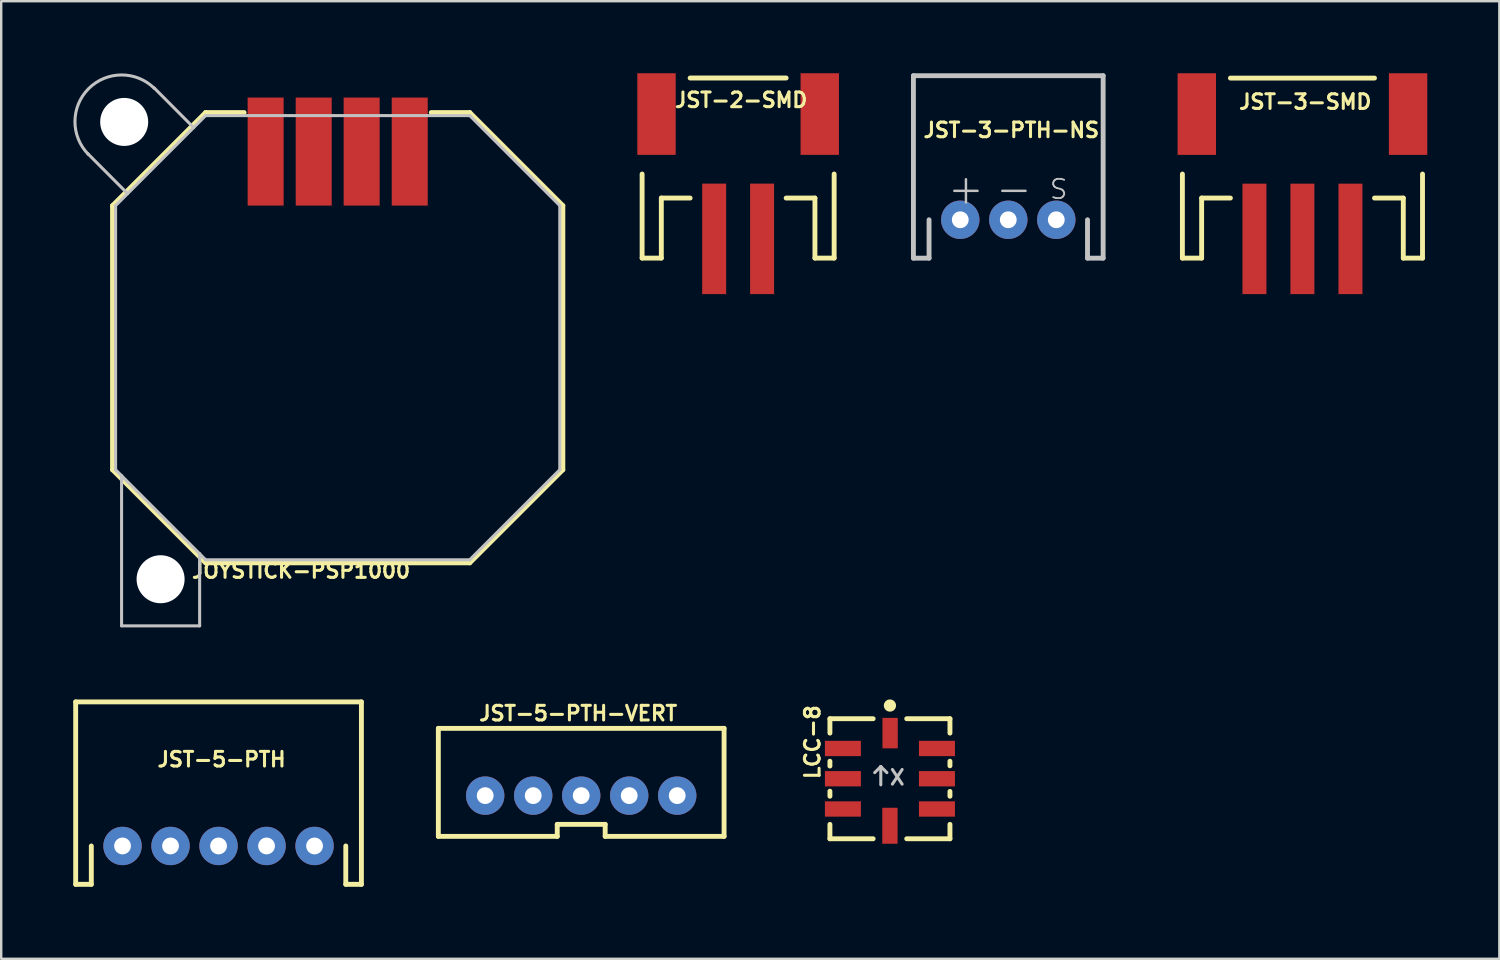
<source format=kicad_pcb>
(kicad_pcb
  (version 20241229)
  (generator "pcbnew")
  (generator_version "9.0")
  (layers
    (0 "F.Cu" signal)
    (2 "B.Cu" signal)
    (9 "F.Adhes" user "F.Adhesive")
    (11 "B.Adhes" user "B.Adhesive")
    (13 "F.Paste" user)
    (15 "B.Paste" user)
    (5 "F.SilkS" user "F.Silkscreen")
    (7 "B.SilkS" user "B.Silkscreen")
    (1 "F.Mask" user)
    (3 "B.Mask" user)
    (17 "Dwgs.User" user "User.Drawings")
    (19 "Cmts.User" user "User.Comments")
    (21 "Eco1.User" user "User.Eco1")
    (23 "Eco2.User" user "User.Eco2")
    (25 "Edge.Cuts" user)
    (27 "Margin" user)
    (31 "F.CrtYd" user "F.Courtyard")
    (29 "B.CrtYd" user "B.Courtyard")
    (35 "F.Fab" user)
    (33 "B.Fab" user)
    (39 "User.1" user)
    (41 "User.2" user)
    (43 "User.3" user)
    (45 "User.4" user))
  (footprint "JOYSTICK-PSP1000"
    (layer "F.Cu")
    (at 11.011 11.011)
    (property "Reference" "JOYSTICK-PSP1000" (at -1.524 9.703 180) (layer "F.SilkS") (effects (font (size 0.61 0.61) (thickness 0.127))))
    (attr smd)
    (fp_line (start -9.375 5.499) (end -9.375 -5.499) (stroke (width 0.203) (type solid)) (layer "F.SilkS"))
    (fp_line (start -9.375 5.499) (end -5.499 9.375) (stroke (width 0.203) (type solid)) (layer "F.SilkS"))
    (fp_line (start -5.499 -9.375) (end -9.375 -5.499) (stroke (width 0.203) (type solid)) (layer "F.SilkS"))
    (fp_line (start -5.499 -9.375) (end -3.896 -9.375) (stroke (width 0.203) (type solid)) (layer "F.SilkS"))
    (fp_line (start -5.499 9.375) (end 5.499 9.375) (stroke (width 0.203) (type solid)) (layer "F.SilkS"))
    (fp_line (start 3.896 -9.375) (end 5.499 -9.375) (stroke (width 0.203) (type solid)) (layer "F.SilkS"))
    (fp_line (start 5.499 -9.375) (end 9.375 -5.499) (stroke (width 0.203) (type solid)) (layer "F.SilkS"))
    (fp_line (start 9.375 5.499) (end 5.499 9.375) (stroke (width 0.203) (type solid)) (layer "F.SilkS"))
    (fp_line (start 9.375 5.499) (end 9.375 -5.499) (stroke (width 0.203) (type solid)) (layer "F.SilkS"))
    (fp_line (start -10.399 -7.656) (end -8.748 -5.999) (stroke (width 0.127) (type solid)) (layer "Dwgs.User"))
    (fp_line (start -9.248 5.499) (end -9.248 -5.499) (stroke (width 0.127) (type solid)) (layer "Dwgs.User"))
    (fp_line (start -9.248 5.499) (end -8.999 5.748) (stroke (width 0.127) (type solid)) (layer "Dwgs.User"))
    (fp_line (start -8.999 5.748) (end -8.999 11.999) (stroke (width 0.127) (type solid)) (layer "Dwgs.User"))
    (fp_line (start -8.999 5.748) (end -5.748 8.999) (stroke (width 0.127) (type solid)) (layer "Dwgs.User"))
    (fp_line (start -8.999 11.999) (end -5.748 11.999) (stroke (width 0.127) (type solid)) (layer "Dwgs.User"))
    (fp_line (start -8.748 -5.999) (end -9.248 -5.499) (stroke (width 0.127) (type solid)) (layer "Dwgs.User"))
    (fp_line (start -7.648 -10.406) (end -5.999 -8.748) (stroke (width 0.127) (type solid)) (layer "Dwgs.User"))
    (fp_line (start -5.999 -8.748) (end -8.748 -5.999) (stroke (width 0.127) (type solid)) (layer "Dwgs.User"))
    (fp_line (start -5.748 8.999) (end -5.499 9.248) (stroke (width 0.127) (type solid)) (layer "Dwgs.User"))
    (fp_line (start -5.748 11.999) (end -5.748 8.999) (stroke (width 0.127) (type solid)) (layer "Dwgs.User"))
    (fp_line (start -5.499 -9.248) (end -5.999 -8.748) (stroke (width 0.127) (type solid)) (layer "Dwgs.User"))
    (fp_line (start -5.499 -9.248) (end 5.499 -9.248) (stroke (width 0.127) (type solid)) (layer "Dwgs.User"))
    (fp_line (start -5.499 9.248) (end 5.499 9.248) (stroke (width 0.127) (type solid)) (layer "Dwgs.User"))
    (fp_line (start 5.499 -9.248) (end 9.248 -5.499) (stroke (width 0.127) (type solid)) (layer "Dwgs.User"))
    (fp_line (start 9.248 5.499) (end 5.499 9.248) (stroke (width 0.127) (type solid)) (layer "Dwgs.User"))
    (fp_line (start 9.248 5.499) (end 9.248 -5.499) (stroke (width 0.127) (type solid)) (layer "Dwgs.User"))
    (fp_arc (start -10.37844 -7.63016) (mid -10.37844 -10.37844) (end -7.63016 -10.37844) (stroke (width 0.127) (type solid)) (layer "Dwgs.User"))
    (pad "" np_thru_hole circle (at -8.89 -8.984) (size 1.999 1.999) (drill 1.999) (layers "*.Cu" "*.Mask"))
    (pad "" np_thru_hole circle (at -7.374 10.058) (size 1.999 1.999) (drill 1.999) (layers "*.Cu" "*.Mask"))
    (pad "GND" smd rect (at -3 -7.75 90) (size 4.498 1.499) (layers "F.Cu" "F.Mask" "F.Paste"))
    (pad "VCC" smd rect (at 0.998 -7.75 90) (size 4.498 1.499) (layers "F.Cu" "F.Mask" "F.Paste"))
    (pad "X" smd rect (at 3 -7.75 90) (size 4.498 1.499) (layers "F.Cu" "F.Mask" "F.Paste"))
    (pad "Y" smd rect (at -0.998 -7.75 90) (size 4.498 1.499) (layers "F.Cu" "F.Mask" "F.Paste")))
  (footprint "JST-5-PTH"
    (layer "F.Cu")
    (at 6.05 32.175)
    (property "Reference" "JST-5-PTH" (at 0.127 -3.604 0) (layer "F.SilkS") (effects (font (size 0.61 0.61) (thickness 0.127))))
    (attr exclude_from_pos_files exclude_from_bom)
    (fp_line (start -5.949 -5.999) (end 5.949 -5.999) (stroke (width 0.203) (type solid)) (layer "F.SilkS"))
    (fp_line (start -5.949 1.598) (end -5.949 -5.999) (stroke (width 0.203) (type solid)) (layer "F.SilkS"))
    (fp_line (start -5.949 1.598) (end -5.298 1.598) (stroke (width 0.203) (type solid)) (layer "F.SilkS"))
    (fp_line (start -5.298 1.598) (end -5.298 0) (stroke (width 0.203) (type solid)) (layer "F.SilkS"))
    (fp_line (start 5.298 1.598) (end 5.298 0) (stroke (width 0.203) (type solid)) (layer "F.SilkS"))
    (fp_line (start 5.949 -5.999) (end 5.949 1.598) (stroke (width 0.203) (type solid)) (layer "F.SilkS"))
    (fp_line (start 5.949 1.598) (end 5.298 1.598) (stroke (width 0.203) (type solid)) (layer "F.SilkS"))
    (pad "1" thru_hole circle (at -3.998 0) (size 1.598 1.598) (drill 0.699) (layers "*.Cu" "*.Paste" "*.Mask"))
    (pad "2" thru_hole circle (at -1.999 0) (size 1.598 1.598) (drill 0.699) (layers "*.Cu" "*.Paste" "*.Mask"))
    (pad "3" thru_hole circle (at 0 0) (size 1.598 1.598) (drill 0.699) (layers "*.Cu" "*.Paste" "*.Mask"))
    (pad "4" thru_hole circle (at 1.999 0) (size 1.598 1.598) (drill 0.699) (layers "*.Cu" "*.Paste" "*.Mask"))
    (pad "5" thru_hole circle (at 3.998 0) (size 1.598 1.598) (drill 0.699) (layers "*.Cu" "*.Paste" "*.Mask")))
  (footprint "JST-2-SMD"
    (layer "F.Cu")
    (at 27.685 3.198)
    (property "Reference" "JST-2-SMD" (at 0.127 -2.083 0) (layer "F.SilkS") (effects (font (size 0.61 0.61) (thickness 0.127))))
    (attr smd)
    (fp_line (start -3.998 0.998) (end -3.998 4.498) (stroke (width 0.203) (type solid)) (layer "F.SilkS"))
    (fp_line (start -3.998 4.498) (end -3.198 4.498) (stroke (width 0.203) (type solid)) (layer "F.SilkS"))
    (fp_line (start -3.198 1.999) (end -1.999 1.999) (stroke (width 0.203) (type solid)) (layer "F.SilkS"))
    (fp_line (start -3.198 4.498) (end -3.198 1.999) (stroke (width 0.203) (type solid)) (layer "F.SilkS"))
    (fp_line (start 1.999 -3) (end -1.999 -3) (stroke (width 0.203) (type solid)) (layer "F.SilkS"))
    (fp_line (start 1.999 1.999) (end 3.198 1.999) (stroke (width 0.203) (type solid)) (layer "F.SilkS"))
    (fp_line (start 3.198 1.999) (end 3.198 4.498) (stroke (width 0.203) (type solid)) (layer "F.SilkS"))
    (fp_line (start 3.198 4.498) (end 3.998 4.498) (stroke (width 0.203) (type solid)) (layer "F.SilkS"))
    (fp_line (start 3.998 4.498) (end 3.998 0.998) (stroke (width 0.203) (type solid)) (layer "F.SilkS"))
    (pad "1" smd rect (at -0.998 3.698) (size 0.998 4.6) (layers "F.Cu" "F.Mask" "F.Paste"))
    (pad "2" smd rect (at 0.998 3.698) (size 0.998 4.6) (layers "F.Cu" "F.Mask" "F.Paste"))
    (pad "NC1" smd rect (at -3.399 -1.499 90) (size 3.399 1.598) (layers "F.Cu" "F.Mask" "F.Paste"))
    (pad "NC2" smd rect (at 3.399 -1.499 90) (size 3.399 1.598) (layers "F.Cu" "F.Mask" "F.Paste")))
  (footprint "LCC-8"
    (layer "F.Cu")
    (at 34.006 29.376)
    (property "Reference" "LCC-8" (at -3.226 -1.524 90) (layer "F.SilkS") (effects (font (size 0.61 0.61) (thickness 0.127))))
    (attr smd)
    (fp_line (start -2.499 -2.499) (end -2.499 -1.9) (stroke (width 0.203) (type solid)) (layer "F.SilkS"))
    (fp_line (start -2.499 -0.729) (end -2.499 -0.528) (stroke (width 0.203) (type solid)) (layer "F.SilkS"))
    (fp_line (start -2.499 0.518) (end -2.499 0.729) (stroke (width 0.203) (type solid)) (layer "F.SilkS"))
    (fp_line (start -2.499 1.9) (end -2.499 2.499) (stroke (width 0.203) (type solid)) (layer "F.SilkS"))
    (fp_line (start -2.499 2.499) (end -0.699 2.499) (stroke (width 0.203) (type solid)) (layer "F.SilkS"))
    (fp_line (start -0.699 -2.499) (end -2.499 -2.499) (stroke (width 0.203) (type solid)) (layer "F.SilkS"))
    (fp_line (start 0.699 2.499) (end 2.499 2.499) (stroke (width 0.203) (type solid)) (layer "F.SilkS"))
    (fp_line (start 2.499 -2.499) (end 0.699 -2.499) (stroke (width 0.203) (type solid)) (layer "F.SilkS"))
    (fp_line (start 2.499 -1.9) (end 2.499 -2.499) (stroke (width 0.203) (type solid)) (layer "F.SilkS"))
    (fp_line (start 2.499 -0.538) (end 2.499 -0.729) (stroke (width 0.203) (type solid)) (layer "F.SilkS"))
    (fp_line (start 2.499 0.729) (end 2.499 0.528) (stroke (width 0.203) (type solid)) (layer "F.SilkS"))
    (fp_line (start 2.499 2.499) (end 2.499 1.9) (stroke (width 0.203) (type solid)) (layer "F.SilkS"))
    (fp_circle (center 0 -3.048) (end 0 -3.302) (stroke (width 0) (type solid)) (fill yes) (layer "F.SilkS"))
    (fp_line (start -0.381 -0.508) (end -0.635 -0.254) (stroke (width 0.127) (type solid)) (layer "Dwgs.User"))
    (fp_line (start -0.381 -0.508) (end -0.127 -0.254) (stroke (width 0.127) (type solid)) (layer "Dwgs.User"))
    (fp_line (start -0.381 0.254) (end -0.381 -0.508) (stroke (width 0.127) (type solid)) (layer "Dwgs.User"))
    (fp_text user "X" (at 0.305 -0.051 0) (layer "Dwgs.User") (effects (font (size 0.61 0.61) (thickness 0.127))))
    (pad "P$1" smd rect (at -1.958 -1.26 90) (size 0.638 1.499) (layers "F.Cu" "F.Mask" "F.Paste"))
    (pad "P$2" smd rect (at -1.958 0 90) (size 0.638 1.499) (layers "F.Cu" "F.Mask" "F.Paste"))
    (pad "P$3" smd rect (at -1.958 1.26 90) (size 0.638 1.499) (layers "F.Cu" "F.Mask" "F.Paste"))
    (pad "P$4" smd rect (at 0 1.958 180) (size 0.638 1.499) (layers "F.Cu" "F.Mask" "F.Paste"))
    (pad "P$5" smd rect (at 1.958 1.26 90) (size 0.638 1.499) (layers "F.Cu" "F.Mask" "F.Paste"))
    (pad "P$6" smd rect (at 1.958 0 90) (size 0.638 1.499) (layers "F.Cu" "F.Mask" "F.Paste"))
    (pad "P$7" smd rect (at 1.958 -1.26 90) (size 0.638 1.499) (layers "F.Cu" "F.Mask" "F.Paste"))
    (pad "P$8" smd rect (at 0.008 -1.9) (size 0.638 1.27) (layers "F.Cu" "F.Mask" "F.Paste")))
  (footprint "JST-3-PTH-NS"
    (layer "F.Cu")
    (at 38.934 6.101)
    (property "Reference" "JST-3-PTH-NS" (at 0.127 -3.734 0) (layer "F.SilkS") (effects (font (size 0.61 0.61) (thickness 0.127))))
    (attr exclude_from_pos_files exclude_from_bom)
    (fp_line (start -3.95 -5.999) (end 3.95 -5.999) (stroke (width 0.203) (type solid)) (layer "Dwgs.User"))
    (fp_line (start -3.95 1.598) (end -3.95 -5.999) (stroke (width 0.203) (type solid)) (layer "Dwgs.User"))
    (fp_line (start -3.95 1.598) (end -3.299 1.598) (stroke (width 0.203) (type solid)) (layer "Dwgs.User"))
    (fp_line (start -3.299 1.598) (end -3.299 0) (stroke (width 0.203) (type solid)) (layer "Dwgs.User"))
    (fp_line (start 3.299 1.598) (end 3.299 0) (stroke (width 0.203) (type solid)) (layer "Dwgs.User"))
    (fp_line (start 3.95 -5.999) (end 3.95 1.598) (stroke (width 0.203) (type solid)) (layer "Dwgs.User"))
    (fp_line (start 3.95 1.598) (end 3.299 1.598) (stroke (width 0.203) (type solid)) (layer "Dwgs.User"))
    (fp_text user "S" (at 2.098 -1.27 0) (layer "Dwgs.User") (effects (font (size 0.798 0.798) (thickness 0.076))))
    (fp_text user "+" (at -1.763 -1.303 0) (layer "Dwgs.User") (effects (font (size 1.27 1.27) (thickness 0.102))))
    (fp_text user "-" (at 0.234 -1.303 0) (layer "Dwgs.User") (effects (font (size 1.27 1.27) (thickness 0.102))))
    (pad "1" thru_hole circle (at -1.999 0) (size 1.598 1.598) (drill 0.699) (layers "*.Cu" "*.Paste" "*.Mask"))
    (pad "2" thru_hole circle (at 0 0) (size 1.598 1.598) (drill 0.699) (layers "*.Cu" "*.Paste" "*.Mask"))
    (pad "3" thru_hole circle (at 1.999 0) (size 1.598 1.598) (drill 0.699) (layers "*.Cu" "*.Paste" "*.Mask")))
  (footprint "JST-3-SMD"
    (layer "F.Cu")
    (at 51.173 2.129)
    (property "Reference" "JST-3-SMD" (at 0.127 -0.94 0) (layer "F.SilkS") (effects (font (size 0.61 0.61) (thickness 0.127))))
    (attr smd)
    (fp_line (start -4.989 2.068) (end -4.989 5.568) (stroke (width 0.203) (type solid)) (layer "F.SilkS"))
    (fp_line (start -4.989 5.568) (end -4.188 5.568) (stroke (width 0.203) (type solid)) (layer "F.SilkS"))
    (fp_line (start -4.188 3.068) (end -2.99 3.068) (stroke (width 0.203) (type solid)) (layer "F.SilkS"))
    (fp_line (start -4.188 5.568) (end -4.188 3.068) (stroke (width 0.203) (type solid)) (layer "F.SilkS"))
    (fp_line (start 3.01 -1.928) (end -2.99 -1.928) (stroke (width 0.203) (type solid)) (layer "F.SilkS"))
    (fp_line (start 3.01 3.068) (end 4.209 3.068) (stroke (width 0.203) (type solid)) (layer "F.SilkS"))
    (fp_line (start 4.209 3.068) (end 4.209 5.568) (stroke (width 0.203) (type solid)) (layer "F.SilkS"))
    (fp_line (start 4.209 5.568) (end 5.009 5.568) (stroke (width 0.203) (type solid)) (layer "F.SilkS"))
    (fp_line (start 5.009 5.568) (end 5.009 2.068) (stroke (width 0.203) (type solid)) (layer "F.SilkS"))
    (pad "1" smd rect (at -1.989 4.768) (size 0.998 4.6) (layers "F.Cu" "F.Mask" "F.Paste"))
    (pad "2" smd rect (at 0.008 4.768) (size 0.998 4.6) (layers "F.Cu" "F.Mask" "F.Paste"))
    (pad "3" smd rect (at 2.009 4.768) (size 0.998 4.6) (layers "F.Cu" "F.Mask" "F.Paste"))
    (pad "NC1" smd rect (at -4.389 -0.429 90) (size 3.399 1.598) (layers "F.Cu" "F.Mask" "F.Paste"))
    (pad "NC2" smd rect (at 4.409 -0.429 90) (size 3.399 1.598) (layers "F.Cu" "F.Mask" "F.Paste")))
  (footprint "JST-5-PTH-VERT"
    (layer "F.Cu")
    (at 21.151 30.257)
    (property "Reference" "JST-5-PTH-VERT" (at -0.127 -3.604 0) (layer "F.SilkS") (effects (font (size 0.61 0.61) (thickness 0.127))))
    (attr exclude_from_pos_files exclude_from_bom)
    (fp_line (start -5.949 -2.979) (end 5.949 -2.979) (stroke (width 0.203) (type solid)) (layer "F.SilkS"))
    (fp_line (start -5.949 1.519) (end -5.949 -2.979) (stroke (width 0.203) (type solid)) (layer "F.SilkS"))
    (fp_line (start -0.998 1.019) (end -0.998 1.519) (stroke (width 0.203) (type solid)) (layer "F.SilkS"))
    (fp_line (start -0.998 1.019) (end 0.998 1.019) (stroke (width 0.203) (type solid)) (layer "F.SilkS"))
    (fp_line (start -0.998 1.519) (end -5.949 1.519) (stroke (width 0.203) (type solid)) (layer "F.SilkS"))
    (fp_line (start 0.998 1.019) (end 0.998 1.519) (stroke (width 0.203) (type solid)) (layer "F.SilkS"))
    (fp_line (start 5.949 -2.979) (end 5.949 1.519) (stroke (width 0.203) (type solid)) (layer "F.SilkS"))
    (fp_line (start 5.949 1.519) (end 0.998 1.519) (stroke (width 0.203) (type solid)) (layer "F.SilkS"))
    (pad "1" thru_hole circle (at -3.998 -0.178) (size 1.598 1.598) (drill 0.699) (layers "*.Cu" "*.Paste" "*.Mask"))
    (pad "2" thru_hole circle (at -1.999 -0.178) (size 1.598 1.598) (drill 0.699) (layers "*.Cu" "*.Paste" "*.Mask"))
    (pad "3" thru_hole circle (at 0 -0.178) (size 1.598 1.598) (drill 0.699) (layers "*.Cu" "*.Paste" "*.Mask"))
    (pad "4" thru_hole circle (at 1.999 -0.178) (size 1.598 1.598) (drill 0.699) (layers "*.Cu" "*.Paste" "*.Mask"))
    (pad "5" thru_hole circle (at 3.998 -0.178) (size 1.598 1.598) (drill 0.699) (layers "*.Cu" "*.Paste" "*.Mask")))
  (gr_rect
    (start -3 -3)
    (end 59.381 36.874)
    (stroke (width 0.1) (type default))
    (fill no)
    (layer "Edge.Cuts")))
</source>
